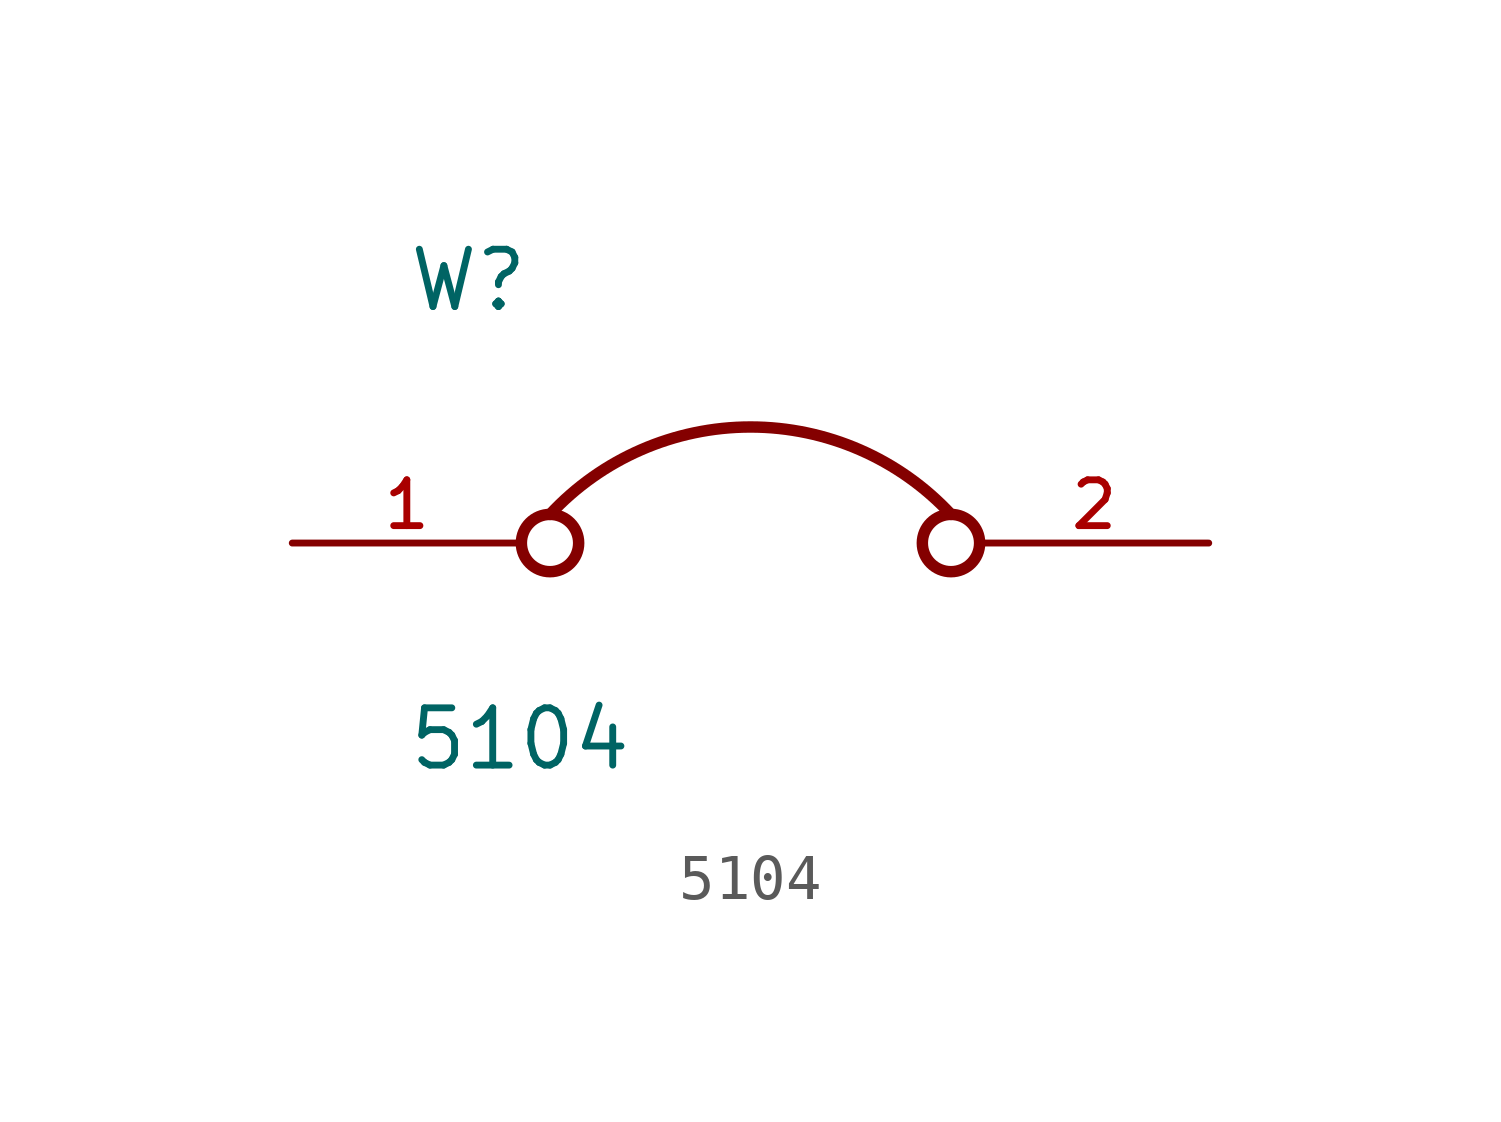
<source format=kicad_sym>
(kicad_symbol_lib
  (version 20211014)
  (generator kicad_symbol_editor)
  (symbol "5104"
    (pin_names
      (offset 1.016))
    (property "Reference" "W"
      (at -7.624 5.081 0)
      (effects (font (size 1.27 1.27)) (justify bottom left)))
    (property "Value" "5104"
      (at -7.63 -5.087 0)
      (effects (font (size 1.27 1.27)) (justify bottom left)))
    (symbol "5104_0_0"
      (circle (center -4.445 0.0) (radius 0.635) (stroke (width 0.254)) (fill (type none)))
      (circle (center 4.445 0.0) (radius 0.635) (stroke (width 0.254)) (fill (type none)))
      (arc (start 4.445 0.635) (mid -0.0128 2.5733) (end -4.445 0.635) (stroke (width 0.254) (type default) (color 0 0 0 0)) (fill (type none)))
      (pin passive line (at -10.16 0.0 0) (length 5.08) (name "~" (effects (font (size 1.016 1.016)))) (number "1" (effects (font (size 1.016 1.016)))))
      (pin passive line (at 10.16 0.0 180.0) (length 5.08) (name "~" (effects (font (size 1.016 1.016)))) (number "2" (effects (font (size 1.016 1.016))))))))
</source>
